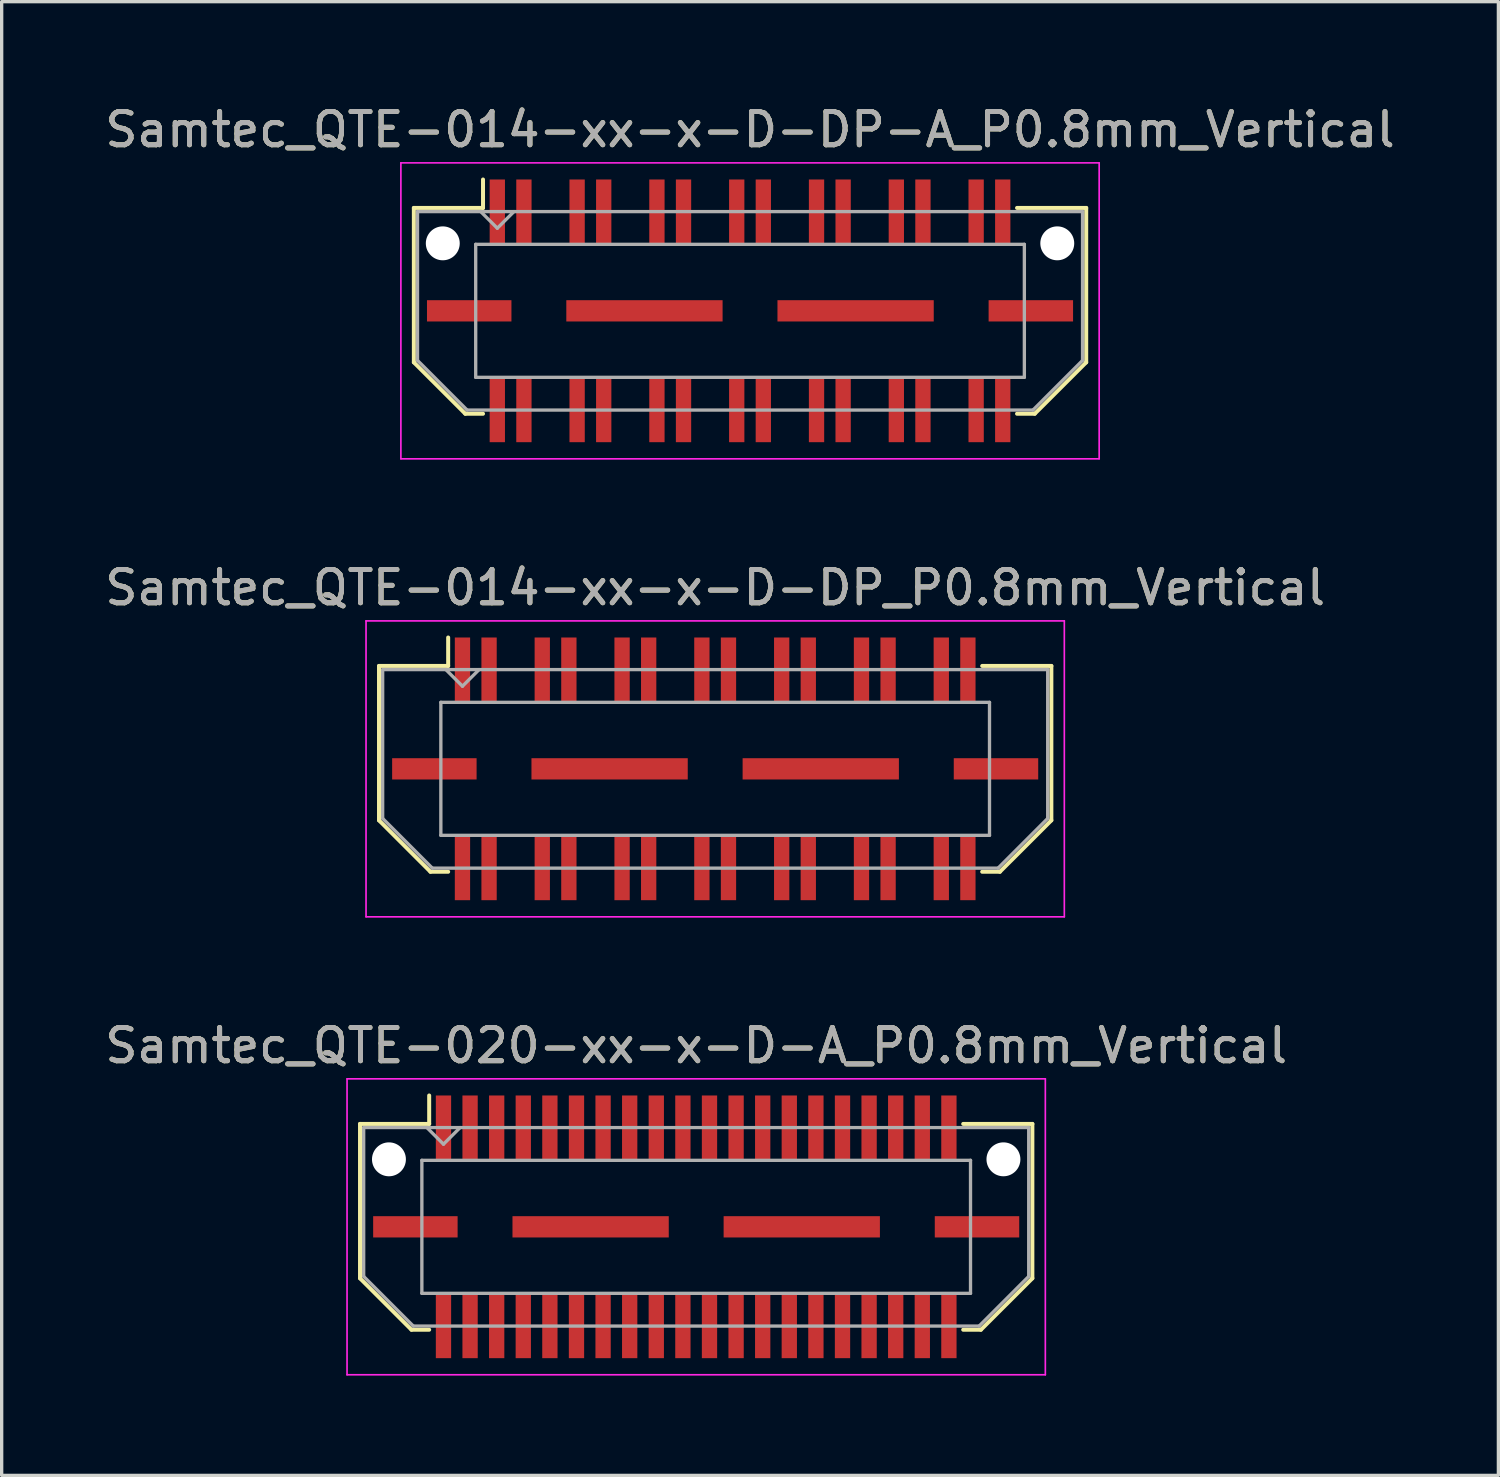
<source format=kicad_pcb>
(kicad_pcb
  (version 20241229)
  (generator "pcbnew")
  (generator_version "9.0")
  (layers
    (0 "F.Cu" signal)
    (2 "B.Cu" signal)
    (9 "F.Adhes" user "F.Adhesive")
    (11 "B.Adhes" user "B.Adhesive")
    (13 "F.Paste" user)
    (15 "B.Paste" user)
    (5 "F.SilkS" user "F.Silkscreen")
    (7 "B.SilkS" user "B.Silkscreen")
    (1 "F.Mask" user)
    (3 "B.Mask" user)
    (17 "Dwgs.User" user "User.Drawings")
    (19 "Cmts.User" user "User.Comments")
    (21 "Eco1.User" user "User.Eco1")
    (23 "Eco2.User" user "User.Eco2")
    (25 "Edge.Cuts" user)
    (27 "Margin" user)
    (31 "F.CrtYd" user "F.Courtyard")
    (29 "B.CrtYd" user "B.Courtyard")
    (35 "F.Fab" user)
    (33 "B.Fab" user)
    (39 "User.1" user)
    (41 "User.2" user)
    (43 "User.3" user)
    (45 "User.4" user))
  (footprint "Samtec_QTE-020-xx-x-D-A_P0.8mm_Vertical"
    (layer "F.Cu")
    (at 17.887 33.845)
    (property "Reference" "Samtec_QTE-020-xx-x-D-A_P0.8mm_Vertical" (at 0 -5.45 0) (layer "F.SilkS") (effects (font (size 1 1) (thickness 0.15))))
    (attr smd)
    (fp_line (start -10.11 -3.095) (end -10.11 1.548) (stroke (width 0.12) (type solid)) (layer "F.SilkS"))
    (fp_line (start -10.11 1.548) (end -8.562 3.095) (stroke (width 0.12) (type solid)) (layer "F.SilkS"))
    (fp_line (start -8.562 3.095) (end -8.03 3.095) (stroke (width 0.12) (type solid)) (layer "F.SilkS"))
    (fp_line (start -8.03 -3.95) (end -8.03 -3.095) (stroke (width 0.12) (type solid)) (layer "F.SilkS"))
    (fp_line (start -8.03 -3.095) (end -10.11 -3.095) (stroke (width 0.12) (type solid)) (layer "F.SilkS"))
    (fp_line (start 8.03 -3.095) (end 10.11 -3.095) (stroke (width 0.12) (type solid)) (layer "F.SilkS"))
    (fp_line (start 8.562 3.095) (end 8.03 3.095) (stroke (width 0.12) (type solid)) (layer "F.SilkS"))
    (fp_line (start 10.11 -3.095) (end 10.11 1.548) (stroke (width 0.12) (type solid)) (layer "F.SilkS"))
    (fp_line (start 10.11 1.548) (end 8.562 3.095) (stroke (width 0.12) (type solid)) (layer "F.SilkS"))
    (fp_line (start -10.5 -4.45) (end -10.5 4.45) (stroke (width 0.05) (type solid)) (layer "F.CrtYd"))
    (fp_line (start -10.5 4.45) (end 10.5 4.45) (stroke (width 0.05) (type solid)) (layer "F.CrtYd"))
    (fp_line (start 10.5 -4.45) (end -10.5 -4.45) (stroke (width 0.05) (type solid)) (layer "F.CrtYd"))
    (fp_line (start 10.5 4.45) (end 10.5 -4.45) (stroke (width 0.05) (type solid)) (layer "F.CrtYd"))
    (fp_line (start -10 -2.985) (end -10 1.492) (stroke (width 0.1) (type solid)) (layer "F.Fab"))
    (fp_line (start -10 -2.985) (end 10 -2.985) (stroke (width 0.1) (type solid)) (layer "F.Fab"))
    (fp_line (start -10 1.492) (end -8.508 2.985) (stroke (width 0.1) (type solid)) (layer "F.Fab"))
    (fp_line (start -8.508 2.985) (end 8.508 2.985) (stroke (width 0.1) (type solid)) (layer "F.Fab"))
    (fp_line (start -8.25 -2) (end -8.25 2) (stroke (width 0.1) (type solid)) (layer "F.Fab"))
    (fp_line (start -8.25 2) (end 8.25 2) (stroke (width 0.1) (type solid)) (layer "F.Fab"))
    (fp_line (start -7.6 -2.485) (end -8.1 -2.985) (stroke (width 0.1) (type solid)) (layer "F.Fab"))
    (fp_line (start -7.1 -2.985) (end -7.6 -2.485) (stroke (width 0.1) (type solid)) (layer "F.Fab"))
    (fp_line (start 8.25 -2) (end -8.25 -2) (stroke (width 0.1) (type solid)) (layer "F.Fab"))
    (fp_line (start 8.25 2) (end 8.25 -2) (stroke (width 0.1) (type solid)) (layer "F.Fab"))
    (fp_line (start 10 -2.985) (end 10 1.492) (stroke (width 0.1) (type solid)) (layer "F.Fab"))
    (fp_line (start 10 1.492) (end 8.508 2.985) (stroke (width 0.1) (type solid)) (layer "F.Fab"))
    (fp_text user "${REFERENCE}" (at 0 -5.45 0) (layer "F.Fab") (effects (font (size 1 1) (thickness 0.15))))
    (pad "" np_thru_hole circle (at -9.24 -2.03) (size 1.02 1.02) (drill 1.02) (layers "*.Cu" "*.Mask"))
    (pad "" np_thru_hole circle (at 9.24 -2.03) (size 1.02 1.02) (drill 1.02) (layers "*.Cu" "*.Mask"))
    (pad "1" smd rect (at -7.6 -2.98) (size 0.46 1.94) (layers "F.Cu" "F.Mask" "F.Paste"))
    (pad "2" smd rect (at -7.6 2.98) (size 0.46 1.94) (layers "F.Cu" "F.Mask" "F.Paste"))
    (pad "3" smd rect (at -6.8 -2.98) (size 0.46 1.94) (layers "F.Cu" "F.Mask" "F.Paste"))
    (pad "4" smd rect (at -6.8 2.98) (size 0.46 1.94) (layers "F.Cu" "F.Mask" "F.Paste"))
    (pad "5" smd rect (at -6 -2.98) (size 0.46 1.94) (layers "F.Cu" "F.Mask" "F.Paste"))
    (pad "6" smd rect (at -6 2.98) (size 0.46 1.94) (layers "F.Cu" "F.Mask" "F.Paste"))
    (pad "7" smd rect (at -5.2 -2.98) (size 0.46 1.94) (layers "F.Cu" "F.Mask" "F.Paste"))
    (pad "8" smd rect (at -5.2 2.98) (size 0.46 1.94) (layers "F.Cu" "F.Mask" "F.Paste"))
    (pad "9" smd rect (at -4.4 -2.98) (size 0.46 1.94) (layers "F.Cu" "F.Mask" "F.Paste"))
    (pad "10" smd rect (at -4.4 2.98) (size 0.46 1.94) (layers "F.Cu" "F.Mask" "F.Paste"))
    (pad "11" smd rect (at -3.6 -2.98) (size 0.46 1.94) (layers "F.Cu" "F.Mask" "F.Paste"))
    (pad "12" smd rect (at -3.6 2.98) (size 0.46 1.94) (layers "F.Cu" "F.Mask" "F.Paste"))
    (pad "13" smd rect (at -2.8 -2.98) (size 0.46 1.94) (layers "F.Cu" "F.Mask" "F.Paste"))
    (pad "14" smd rect (at -2.8 2.98) (size 0.46 1.94) (layers "F.Cu" "F.Mask" "F.Paste"))
    (pad "15" smd rect (at -2 -2.98) (size 0.46 1.94) (layers "F.Cu" "F.Mask" "F.Paste"))
    (pad "16" smd rect (at -2 2.98) (size 0.46 1.94) (layers "F.Cu" "F.Mask" "F.Paste"))
    (pad "17" smd rect (at -1.2 -2.98) (size 0.46 1.94) (layers "F.Cu" "F.Mask" "F.Paste"))
    (pad "18" smd rect (at -1.2 2.98) (size 0.46 1.94) (layers "F.Cu" "F.Mask" "F.Paste"))
    (pad "19" smd rect (at -0.4 -2.98) (size 0.46 1.94) (layers "F.Cu" "F.Mask" "F.Paste"))
    (pad "20" smd rect (at -0.4 2.98) (size 0.46 1.94) (layers "F.Cu" "F.Mask" "F.Paste"))
    (pad "21" smd rect (at 0.4 -2.98) (size 0.46 1.94) (layers "F.Cu" "F.Mask" "F.Paste"))
    (pad "22" smd rect (at 0.4 2.98) (size 0.46 1.94) (layers "F.Cu" "F.Mask" "F.Paste"))
    (pad "23" smd rect (at 1.2 -2.98) (size 0.46 1.94) (layers "F.Cu" "F.Mask" "F.Paste"))
    (pad "24" smd rect (at 1.2 2.98) (size 0.46 1.94) (layers "F.Cu" "F.Mask" "F.Paste"))
    (pad "25" smd rect (at 2 -2.98) (size 0.46 1.94) (layers "F.Cu" "F.Mask" "F.Paste"))
    (pad "26" smd rect (at 2 2.98) (size 0.46 1.94) (layers "F.Cu" "F.Mask" "F.Paste"))
    (pad "27" smd rect (at 2.8 -2.98) (size 0.46 1.94) (layers "F.Cu" "F.Mask" "F.Paste"))
    (pad "28" smd rect (at 2.8 2.98) (size 0.46 1.94) (layers "F.Cu" "F.Mask" "F.Paste"))
    (pad "29" smd rect (at 3.6 -2.98) (size 0.46 1.94) (layers "F.Cu" "F.Mask" "F.Paste"))
    (pad "30" smd rect (at 3.6 2.98) (size 0.46 1.94) (layers "F.Cu" "F.Mask" "F.Paste"))
    (pad "31" smd rect (at 4.4 -2.98) (size 0.46 1.94) (layers "F.Cu" "F.Mask" "F.Paste"))
    (pad "32" smd rect (at 4.4 2.98) (size 0.46 1.94) (layers "F.Cu" "F.Mask" "F.Paste"))
    (pad "33" smd rect (at 5.2 -2.98) (size 0.46 1.94) (layers "F.Cu" "F.Mask" "F.Paste"))
    (pad "34" smd rect (at 5.2 2.98) (size 0.46 1.94) (layers "F.Cu" "F.Mask" "F.Paste"))
    (pad "35" smd rect (at 6 -2.98) (size 0.46 1.94) (layers "F.Cu" "F.Mask" "F.Paste"))
    (pad "36" smd rect (at 6 2.98) (size 0.46 1.94) (layers "F.Cu" "F.Mask" "F.Paste"))
    (pad "37" smd rect (at 6.8 -2.98) (size 0.46 1.94) (layers "F.Cu" "F.Mask" "F.Paste"))
    (pad "38" smd rect (at 6.8 2.98) (size 0.46 1.94) (layers "F.Cu" "F.Mask" "F.Paste"))
    (pad "39" smd rect (at 7.6 -2.98) (size 0.46 1.94) (layers "F.Cu" "F.Mask" "F.Paste"))
    (pad "40" smd rect (at 7.6 2.98) (size 0.46 1.94) (layers "F.Cu" "F.Mask" "F.Paste"))
    (pad "P1" smd rect (at -8.445 0) (size 2.54 0.64) (layers "F.Cu" "F.Mask" "F.Paste"))
    (pad "P1" smd rect (at -3.175 0) (size 4.7 0.64) (layers "F.Cu" "F.Mask" "F.Paste"))
    (pad "P1" smd rect (at 3.175 0) (size 4.7 0.64) (layers "F.Cu" "F.Mask" "F.Paste"))
    (pad "P1" smd rect (at 8.445 0) (size 2.54 0.64) (layers "F.Cu" "F.Mask" "F.Paste")))
  (footprint "Samtec_QTE-014-xx-x-D-DP-A_P0.8mm_Vertical"
    (layer "F.Cu")
    (at 19.506 6.298)
    (property "Reference" "Samtec_QTE-014-xx-x-D-DP-A_P0.8mm_Vertical" (at 0 -5.45 0) (layer "F.SilkS") (effects (font (size 1 1) (thickness 0.15))))
    (attr smd)
    (fp_line (start -10.11 -3.095) (end -10.11 1.548) (stroke (width 0.12) (type solid)) (layer "F.SilkS"))
    (fp_line (start -10.11 1.548) (end -8.562 3.095) (stroke (width 0.12) (type solid)) (layer "F.SilkS"))
    (fp_line (start -8.562 3.095) (end -8.03 3.095) (stroke (width 0.12) (type solid)) (layer "F.SilkS"))
    (fp_line (start -8.03 -3.95) (end -8.03 -3.095) (stroke (width 0.12) (type solid)) (layer "F.SilkS"))
    (fp_line (start -8.03 -3.095) (end -10.11 -3.095) (stroke (width 0.12) (type solid)) (layer "F.SilkS"))
    (fp_line (start 8.03 -3.095) (end 10.11 -3.095) (stroke (width 0.12) (type solid)) (layer "F.SilkS"))
    (fp_line (start 8.562 3.095) (end 8.03 3.095) (stroke (width 0.12) (type solid)) (layer "F.SilkS"))
    (fp_line (start 10.11 -3.095) (end 10.11 1.548) (stroke (width 0.12) (type solid)) (layer "F.SilkS"))
    (fp_line (start 10.11 1.548) (end 8.562 3.095) (stroke (width 0.12) (type solid)) (layer "F.SilkS"))
    (fp_line (start -10.5 -4.45) (end -10.5 4.45) (stroke (width 0.05) (type solid)) (layer "F.CrtYd"))
    (fp_line (start -10.5 4.45) (end 10.5 4.45) (stroke (width 0.05) (type solid)) (layer "F.CrtYd"))
    (fp_line (start 10.5 -4.45) (end -10.5 -4.45) (stroke (width 0.05) (type solid)) (layer "F.CrtYd"))
    (fp_line (start 10.5 4.45) (end 10.5 -4.45) (stroke (width 0.05) (type solid)) (layer "F.CrtYd"))
    (fp_line (start -10 -2.985) (end -10 1.492) (stroke (width 0.1) (type solid)) (layer "F.Fab"))
    (fp_line (start -10 -2.985) (end 10 -2.985) (stroke (width 0.1) (type solid)) (layer "F.Fab"))
    (fp_line (start -10 1.492) (end -8.508 2.985) (stroke (width 0.1) (type solid)) (layer "F.Fab"))
    (fp_line (start -8.508 2.985) (end 8.508 2.985) (stroke (width 0.1) (type solid)) (layer "F.Fab"))
    (fp_line (start -8.25 -2) (end -8.25 2) (stroke (width 0.1) (type solid)) (layer "F.Fab"))
    (fp_line (start -8.25 2) (end 8.25 2) (stroke (width 0.1) (type solid)) (layer "F.Fab"))
    (fp_line (start -7.6 -2.485) (end -8.1 -2.985) (stroke (width 0.1) (type solid)) (layer "F.Fab"))
    (fp_line (start -7.1 -2.985) (end -7.6 -2.485) (stroke (width 0.1) (type solid)) (layer "F.Fab"))
    (fp_line (start 8.25 -2) (end -8.25 -2) (stroke (width 0.1) (type solid)) (layer "F.Fab"))
    (fp_line (start 8.25 2) (end 8.25 -2) (stroke (width 0.1) (type solid)) (layer "F.Fab"))
    (fp_line (start 10 -2.985) (end 10 1.492) (stroke (width 0.1) (type solid)) (layer "F.Fab"))
    (fp_line (start 10 1.492) (end 8.508 2.985) (stroke (width 0.1) (type solid)) (layer "F.Fab"))
    (fp_text user "${REFERENCE}" (at 0 -5.45 0) (layer "F.Fab") (effects (font (size 1 1) (thickness 0.15))))
    (pad "" np_thru_hole circle (at -9.24 -2.03) (size 1.02 1.02) (drill 1.02) (layers "*.Cu" "*.Mask"))
    (pad "" np_thru_hole circle (at 9.24 -2.03) (size 1.02 1.02) (drill 1.02) (layers "*.Cu" "*.Mask"))
    (pad "1" smd rect (at -7.6 -2.98) (size 0.46 1.94) (layers "F.Cu" "F.Mask" "F.Paste"))
    (pad "2" smd rect (at -7.6 2.98) (size 0.46 1.94) (layers "F.Cu" "F.Mask" "F.Paste"))
    (pad "3" smd rect (at -6.8 -2.98) (size 0.46 1.94) (layers "F.Cu" "F.Mask" "F.Paste"))
    (pad "4" smd rect (at -6.8 2.98) (size 0.46 1.94) (layers "F.Cu" "F.Mask" "F.Paste"))
    (pad "5" smd rect (at -5.2 -2.98) (size 0.46 1.94) (layers "F.Cu" "F.Mask" "F.Paste"))
    (pad "6" smd rect (at -5.2 2.98) (size 0.46 1.94) (layers "F.Cu" "F.Mask" "F.Paste"))
    (pad "7" smd rect (at -4.4 -2.98) (size 0.46 1.94) (layers "F.Cu" "F.Mask" "F.Paste"))
    (pad "8" smd rect (at -4.4 2.98) (size 0.46 1.94) (layers "F.Cu" "F.Mask" "F.Paste"))
    (pad "9" smd rect (at -2.8 -2.98) (size 0.46 1.94) (layers "F.Cu" "F.Mask" "F.Paste"))
    (pad "10" smd rect (at -2.8 2.98) (size 0.46 1.94) (layers "F.Cu" "F.Mask" "F.Paste"))
    (pad "11" smd rect (at -2 -2.98) (size 0.46 1.94) (layers "F.Cu" "F.Mask" "F.Paste"))
    (pad "12" smd rect (at -2 2.98) (size 0.46 1.94) (layers "F.Cu" "F.Mask" "F.Paste"))
    (pad "13" smd rect (at -0.4 -2.98) (size 0.46 1.94) (layers "F.Cu" "F.Mask" "F.Paste"))
    (pad "14" smd rect (at -0.4 2.98) (size 0.46 1.94) (layers "F.Cu" "F.Mask" "F.Paste"))
    (pad "15" smd rect (at 0.4 -2.98) (size 0.46 1.94) (layers "F.Cu" "F.Mask" "F.Paste"))
    (pad "16" smd rect (at 0.4 2.98) (size 0.46 1.94) (layers "F.Cu" "F.Mask" "F.Paste"))
    (pad "17" smd rect (at 2 -2.98) (size 0.46 1.94) (layers "F.Cu" "F.Mask" "F.Paste"))
    (pad "18" smd rect (at 2 2.98) (size 0.46 1.94) (layers "F.Cu" "F.Mask" "F.Paste"))
    (pad "19" smd rect (at 2.8 -2.98) (size 0.46 1.94) (layers "F.Cu" "F.Mask" "F.Paste"))
    (pad "20" smd rect (at 2.8 2.98) (size 0.46 1.94) (layers "F.Cu" "F.Mask" "F.Paste"))
    (pad "21" smd rect (at 4.4 -2.98) (size 0.46 1.94) (layers "F.Cu" "F.Mask" "F.Paste"))
    (pad "22" smd rect (at 4.4 2.98) (size 0.46 1.94) (layers "F.Cu" "F.Mask" "F.Paste"))
    (pad "23" smd rect (at 5.2 -2.98) (size 0.46 1.94) (layers "F.Cu" "F.Mask" "F.Paste"))
    (pad "24" smd rect (at 5.2 2.98) (size 0.46 1.94) (layers "F.Cu" "F.Mask" "F.Paste"))
    (pad "25" smd rect (at 6.8 -2.98) (size 0.46 1.94) (layers "F.Cu" "F.Mask" "F.Paste"))
    (pad "26" smd rect (at 6.8 2.98) (size 0.46 1.94) (layers "F.Cu" "F.Mask" "F.Paste"))
    (pad "27" smd rect (at 7.6 -2.98) (size 0.46 1.94) (layers "F.Cu" "F.Mask" "F.Paste"))
    (pad "28" smd rect (at 7.6 2.98) (size 0.46 1.94) (layers "F.Cu" "F.Mask" "F.Paste"))
    (pad "P1" smd rect (at -8.445 0) (size 2.54 0.64) (layers "F.Cu" "F.Mask" "F.Paste"))
    (pad "P1" smd rect (at -3.175 0) (size 4.7 0.64) (layers "F.Cu" "F.Mask" "F.Paste"))
    (pad "P1" smd rect (at 3.175 0) (size 4.7 0.64) (layers "F.Cu" "F.Mask" "F.Paste"))
    (pad "P1" smd rect (at 8.445 0) (size 2.54 0.64) (layers "F.Cu" "F.Mask" "F.Paste")))
  (footprint "Samtec_QTE-014-xx-x-D-DP_P0.8mm_Vertical"
    (layer "F.Cu")
    (at 18.458 20.072)
    (property "Reference" "Samtec_QTE-014-xx-x-D-DP_P0.8mm_Vertical" (at 0 -5.45 0) (layer "F.SilkS") (effects (font (size 1 1) (thickness 0.15))))
    (attr smd)
    (fp_line (start -10.11 -3.095) (end -10.11 1.548) (stroke (width 0.12) (type solid)) (layer "F.SilkS"))
    (fp_line (start -10.11 1.548) (end -8.562 3.095) (stroke (width 0.12) (type solid)) (layer "F.SilkS"))
    (fp_line (start -8.562 3.095) (end -8.03 3.095) (stroke (width 0.12) (type solid)) (layer "F.SilkS"))
    (fp_line (start -8.03 -3.95) (end -8.03 -3.095) (stroke (width 0.12) (type solid)) (layer "F.SilkS"))
    (fp_line (start -8.03 -3.095) (end -10.11 -3.095) (stroke (width 0.12) (type solid)) (layer "F.SilkS"))
    (fp_line (start 8.03 -3.095) (end 10.11 -3.095) (stroke (width 0.12) (type solid)) (layer "F.SilkS"))
    (fp_line (start 8.562 3.095) (end 8.03 3.095) (stroke (width 0.12) (type solid)) (layer "F.SilkS"))
    (fp_line (start 10.11 -3.095) (end 10.11 1.548) (stroke (width 0.12) (type solid)) (layer "F.SilkS"))
    (fp_line (start 10.11 1.548) (end 8.562 3.095) (stroke (width 0.12) (type solid)) (layer "F.SilkS"))
    (fp_line (start -10.5 -4.45) (end -10.5 4.45) (stroke (width 0.05) (type solid)) (layer "F.CrtYd"))
    (fp_line (start -10.5 4.45) (end 10.5 4.45) (stroke (width 0.05) (type solid)) (layer "F.CrtYd"))
    (fp_line (start 10.5 -4.45) (end -10.5 -4.45) (stroke (width 0.05) (type solid)) (layer "F.CrtYd"))
    (fp_line (start 10.5 4.45) (end 10.5 -4.45) (stroke (width 0.05) (type solid)) (layer "F.CrtYd"))
    (fp_line (start -10 -2.985) (end -10 1.492) (stroke (width 0.1) (type solid)) (layer "F.Fab"))
    (fp_line (start -10 -2.985) (end 10 -2.985) (stroke (width 0.1) (type solid)) (layer "F.Fab"))
    (fp_line (start -10 1.492) (end -8.508 2.985) (stroke (width 0.1) (type solid)) (layer "F.Fab"))
    (fp_line (start -8.508 2.985) (end 8.508 2.985) (stroke (width 0.1) (type solid)) (layer "F.Fab"))
    (fp_line (start -8.25 -2) (end -8.25 2) (stroke (width 0.1) (type solid)) (layer "F.Fab"))
    (fp_line (start -8.25 2) (end 8.25 2) (stroke (width 0.1) (type solid)) (layer "F.Fab"))
    (fp_line (start -7.6 -2.485) (end -8.1 -2.985) (stroke (width 0.1) (type solid)) (layer "F.Fab"))
    (fp_line (start -7.1 -2.985) (end -7.6 -2.485) (stroke (width 0.1) (type solid)) (layer "F.Fab"))
    (fp_line (start 8.25 -2) (end -8.25 -2) (stroke (width 0.1) (type solid)) (layer "F.Fab"))
    (fp_line (start 8.25 2) (end 8.25 -2) (stroke (width 0.1) (type solid)) (layer "F.Fab"))
    (fp_line (start 10 -2.985) (end 10 1.492) (stroke (width 0.1) (type solid)) (layer "F.Fab"))
    (fp_line (start 10 1.492) (end 8.508 2.985) (stroke (width 0.1) (type solid)) (layer "F.Fab"))
    (fp_text user "${REFERENCE}" (at 0 -5.45 0) (layer "F.Fab") (effects (font (size 1 1) (thickness 0.15))))
    (pad "1" smd rect (at -7.6 -2.98) (size 0.46 1.94) (layers "F.Cu" "F.Mask" "F.Paste"))
    (pad "2" smd rect (at -7.6 2.98) (size 0.46 1.94) (layers "F.Cu" "F.Mask" "F.Paste"))
    (pad "3" smd rect (at -6.8 -2.98) (size 0.46 1.94) (layers "F.Cu" "F.Mask" "F.Paste"))
    (pad "4" smd rect (at -6.8 2.98) (size 0.46 1.94) (layers "F.Cu" "F.Mask" "F.Paste"))
    (pad "5" smd rect (at -5.2 -2.98) (size 0.46 1.94) (layers "F.Cu" "F.Mask" "F.Paste"))
    (pad "6" smd rect (at -5.2 2.98) (size 0.46 1.94) (layers "F.Cu" "F.Mask" "F.Paste"))
    (pad "7" smd rect (at -4.4 -2.98) (size 0.46 1.94) (layers "F.Cu" "F.Mask" "F.Paste"))
    (pad "8" smd rect (at -4.4 2.98) (size 0.46 1.94) (layers "F.Cu" "F.Mask" "F.Paste"))
    (pad "9" smd rect (at -2.8 -2.98) (size 0.46 1.94) (layers "F.Cu" "F.Mask" "F.Paste"))
    (pad "10" smd rect (at -2.8 2.98) (size 0.46 1.94) (layers "F.Cu" "F.Mask" "F.Paste"))
    (pad "11" smd rect (at -2 -2.98) (size 0.46 1.94) (layers "F.Cu" "F.Mask" "F.Paste"))
    (pad "12" smd rect (at -2 2.98) (size 0.46 1.94) (layers "F.Cu" "F.Mask" "F.Paste"))
    (pad "13" smd rect (at -0.4 -2.98) (size 0.46 1.94) (layers "F.Cu" "F.Mask" "F.Paste"))
    (pad "14" smd rect (at -0.4 2.98) (size 0.46 1.94) (layers "F.Cu" "F.Mask" "F.Paste"))
    (pad "15" smd rect (at 0.4 -2.98) (size 0.46 1.94) (layers "F.Cu" "F.Mask" "F.Paste"))
    (pad "16" smd rect (at 0.4 2.98) (size 0.46 1.94) (layers "F.Cu" "F.Mask" "F.Paste"))
    (pad "17" smd rect (at 2 -2.98) (size 0.46 1.94) (layers "F.Cu" "F.Mask" "F.Paste"))
    (pad "18" smd rect (at 2 2.98) (size 0.46 1.94) (layers "F.Cu" "F.Mask" "F.Paste"))
    (pad "19" smd rect (at 2.8 -2.98) (size 0.46 1.94) (layers "F.Cu" "F.Mask" "F.Paste"))
    (pad "20" smd rect (at 2.8 2.98) (size 0.46 1.94) (layers "F.Cu" "F.Mask" "F.Paste"))
    (pad "21" smd rect (at 4.4 -2.98) (size 0.46 1.94) (layers "F.Cu" "F.Mask" "F.Paste"))
    (pad "22" smd rect (at 4.4 2.98) (size 0.46 1.94) (layers "F.Cu" "F.Mask" "F.Paste"))
    (pad "23" smd rect (at 5.2 -2.98) (size 0.46 1.94) (layers "F.Cu" "F.Mask" "F.Paste"))
    (pad "24" smd rect (at 5.2 2.98) (size 0.46 1.94) (layers "F.Cu" "F.Mask" "F.Paste"))
    (pad "25" smd rect (at 6.8 -2.98) (size 0.46 1.94) (layers "F.Cu" "F.Mask" "F.Paste"))
    (pad "26" smd rect (at 6.8 2.98) (size 0.46 1.94) (layers "F.Cu" "F.Mask" "F.Paste"))
    (pad "27" smd rect (at 7.6 -2.98) (size 0.46 1.94) (layers "F.Cu" "F.Mask" "F.Paste"))
    (pad "28" smd rect (at 7.6 2.98) (size 0.46 1.94) (layers "F.Cu" "F.Mask" "F.Paste"))
    (pad "P1" smd rect (at -8.445 0) (size 2.54 0.64) (layers "F.Cu" "F.Mask" "F.Paste"))
    (pad "P1" smd rect (at -3.175 0) (size 4.7 0.64) (layers "F.Cu" "F.Mask" "F.Paste"))
    (pad "P1" smd rect (at 3.175 0) (size 4.7 0.64) (layers "F.Cu" "F.Mask" "F.Paste"))
    (pad "P1" smd rect (at 8.445 0) (size 2.54 0.64) (layers "F.Cu" "F.Mask" "F.Paste")))
  (gr_rect
    (start -3 -3)
    (end 42.012 41.32)
    (stroke (width 0.1) (type default))
    (fill no)
    (layer "Edge.Cuts")))
</source>
